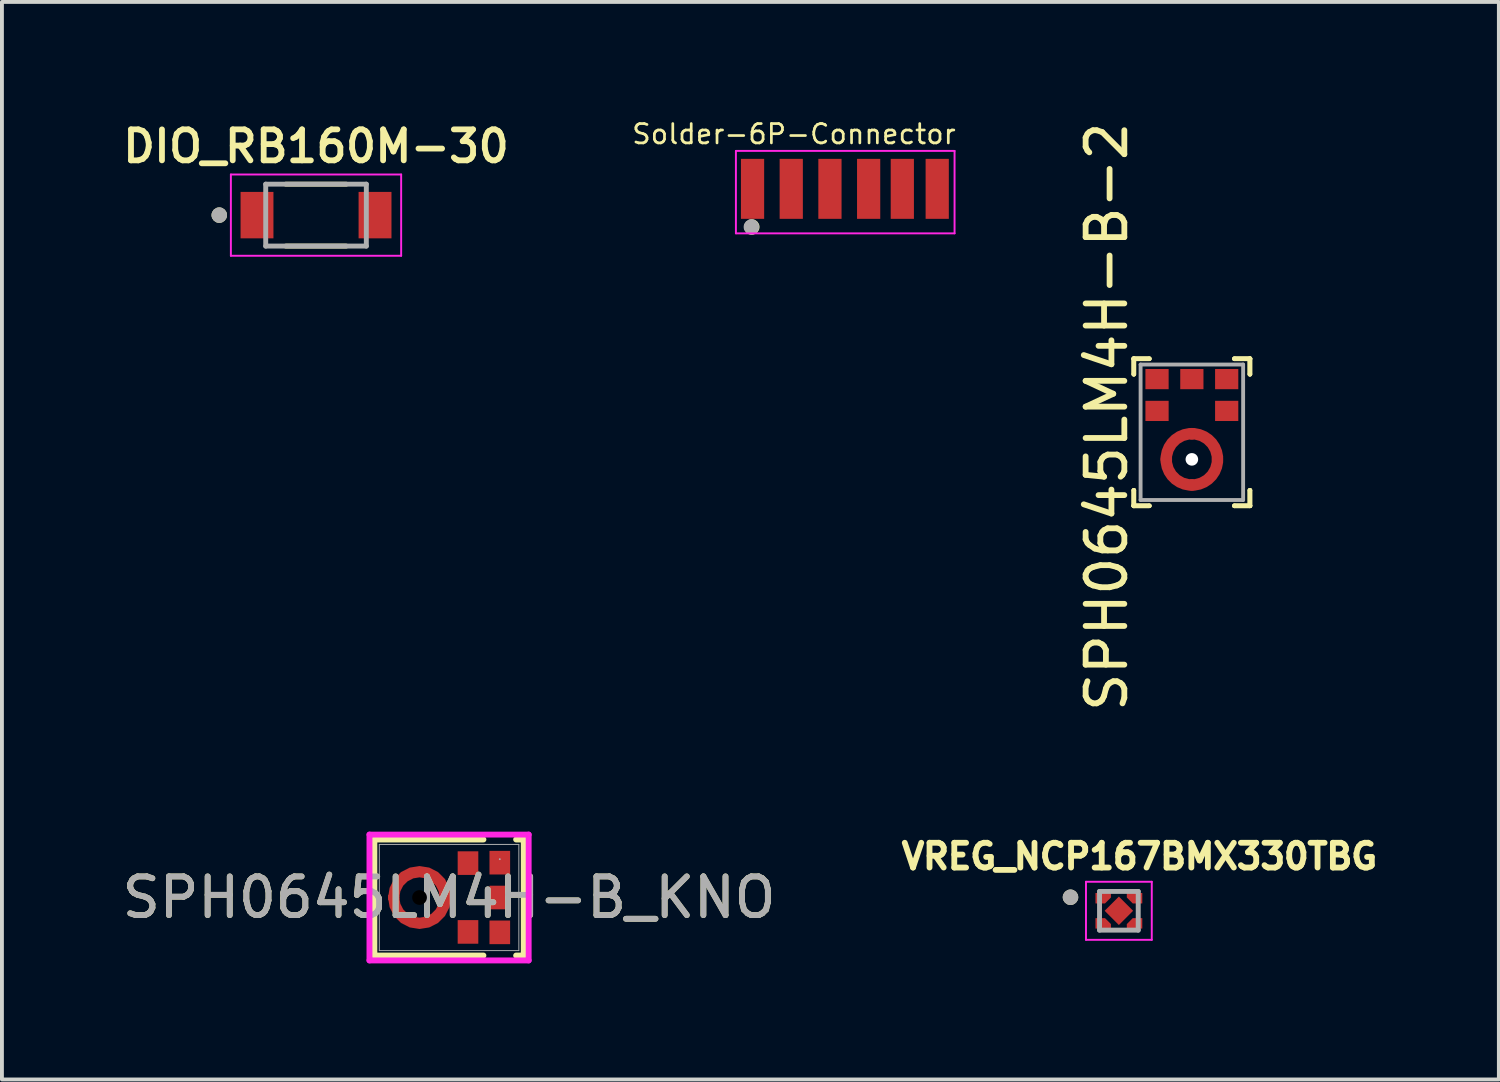
<source format=kicad_pcb>
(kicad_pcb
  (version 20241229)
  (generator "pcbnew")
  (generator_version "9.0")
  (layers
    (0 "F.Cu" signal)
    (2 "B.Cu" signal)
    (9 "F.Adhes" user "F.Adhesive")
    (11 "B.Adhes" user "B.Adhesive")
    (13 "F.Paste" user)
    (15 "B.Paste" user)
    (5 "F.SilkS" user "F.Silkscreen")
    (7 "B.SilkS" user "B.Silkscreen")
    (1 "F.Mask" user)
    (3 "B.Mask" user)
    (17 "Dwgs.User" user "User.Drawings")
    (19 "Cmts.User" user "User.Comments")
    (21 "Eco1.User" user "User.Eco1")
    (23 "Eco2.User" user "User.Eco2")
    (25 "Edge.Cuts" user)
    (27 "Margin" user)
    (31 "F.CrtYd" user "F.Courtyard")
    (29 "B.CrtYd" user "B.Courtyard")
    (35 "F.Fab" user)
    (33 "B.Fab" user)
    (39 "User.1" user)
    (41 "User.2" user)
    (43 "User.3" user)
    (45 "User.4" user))
  (footprint "DIO_RB160M-30"
    (layer "F.Cu")
    (at 5.116 2.509)
    (property "Reference" "DIO_RB160M-30" (at 0 -1.778 0) (layer "F.SilkS") (effects (font (size 0.8 0.8) (thickness 0.15))))
    (attr smd)
    (fp_line (start -0.78 -0.8) (end 0.78 -0.8) (stroke (width 0.127) (type solid)) (layer "F.SilkS"))
    (fp_line (start 0.78 0.8) (end -0.78 0.8) (stroke (width 0.127) (type solid)) (layer "F.SilkS"))
    (fp_circle (center -2.5 0) (end -2.4 0) (stroke (width 0.2) (type solid)) (fill no) (layer "F.SilkS"))
    (fp_line (start -2.2 -1.05) (end 2.2 -1.05) (stroke (width 0.05) (type solid)) (layer "F.CrtYd"))
    (fp_line (start -2.2 1.05) (end -2.2 -1.05) (stroke (width 0.05) (type solid)) (layer "F.CrtYd"))
    (fp_line (start 2.2 -1.05) (end 2.2 1.05) (stroke (width 0.05) (type solid)) (layer "F.CrtYd"))
    (fp_line (start 2.2 1.05) (end -2.2 1.05) (stroke (width 0.05) (type solid)) (layer "F.CrtYd"))
    (fp_line (start -1.3 -0.8) (end 1.3 -0.8) (stroke (width 0.127) (type solid)) (layer "F.Fab"))
    (fp_line (start -1.3 0.8) (end -1.3 -0.8) (stroke (width 0.127) (type solid)) (layer "F.Fab"))
    (fp_line (start 1.3 -0.8) (end 1.3 0.8) (stroke (width 0.127) (type solid)) (layer "F.Fab"))
    (fp_line (start 1.3 0.8) (end -1.3 0.8) (stroke (width 0.127) (type solid)) (layer "F.Fab"))
    (fp_circle (center -2.5 0) (end -2.4 0) (stroke (width 0.2) (type solid)) (fill no) (layer "F.Fab"))
    (pad "A" smd rect (at 1.525 0) (size 0.85 1.2) (layers "F.Cu" "F.Mask" "F.Paste"))
    (pad "C" smd rect (at -1.525 0) (size 0.85 1.2) (layers "F.Cu" "F.Mask" "F.Paste")))
  (footprint "SPH0645LM4H-B-2"
    (layer "F.Cu")
    (at 27.748 8.82)
    (property "Reference" "SPH0645LM4H-B-2" (at -2.2 -1.1 90) (layer "F.SilkS") (effects (font (size 1 1) (thickness 0.15))))
    (attr through_hole)
    (fp_line (start -1.5 -2.6) (end -1.5 -2.6) (stroke (width 0.12) (type solid)) (layer "F.SilkS"))
    (fp_line (start -1.5 -2.6) (end -1.5 -2.6) (stroke (width 0.12) (type solid)) (layer "F.SilkS"))
    (fp_line (start -1.5 -2.6) (end -1.5 -2.2) (stroke (width 0.12) (type solid)) (layer "F.SilkS"))
    (fp_line (start -1.5 -2.6) (end -1.1 -2.6) (stroke (width 0.12) (type solid)) (layer "F.SilkS"))
    (fp_line (start -1.5 -2.2) (end -1.5 -2.6) (stroke (width 0.12) (type solid)) (layer "F.SilkS"))
    (fp_line (start -1.5 -2.2) (end -1.5 -2.2) (stroke (width 0.12) (type solid)) (layer "F.SilkS"))
    (fp_line (start -1.5 0.8) (end -1.5 0.8) (stroke (width 0.12) (type solid)) (layer "F.SilkS"))
    (fp_line (start -1.5 0.8) (end -1.5 1.2) (stroke (width 0.12) (type solid)) (layer "F.SilkS"))
    (fp_line (start -1.5 1.2) (end -1.5 0.8) (stroke (width 0.12) (type solid)) (layer "F.SilkS"))
    (fp_line (start -1.5 1.2) (end -1.5 1.2) (stroke (width 0.12) (type solid)) (layer "F.SilkS"))
    (fp_line (start -1.5 1.2) (end -1.5 1.2) (stroke (width 0.12) (type solid)) (layer "F.SilkS"))
    (fp_line (start -1.5 1.2) (end -1.1 1.2) (stroke (width 0.12) (type solid)) (layer "F.SilkS"))
    (fp_line (start -1.1 -2.6) (end -1.5 -2.6) (stroke (width 0.12) (type solid)) (layer "F.SilkS"))
    (fp_line (start -1.1 -2.6) (end -1.1 -2.6) (stroke (width 0.12) (type solid)) (layer "F.SilkS"))
    (fp_line (start -1.1 1.2) (end -1.5 1.2) (stroke (width 0.12) (type solid)) (layer "F.SilkS"))
    (fp_line (start -1.1 1.2) (end -1.1 1.2) (stroke (width 0.12) (type solid)) (layer "F.SilkS"))
    (fp_line (start 1.1 -2.6) (end 1.1 -2.6) (stroke (width 0.12) (type solid)) (layer "F.SilkS"))
    (fp_line (start 1.1 -2.6) (end 1.5 -2.6) (stroke (width 0.12) (type solid)) (layer "F.SilkS"))
    (fp_line (start 1.1 1.2) (end 1.1 1.2) (stroke (width 0.12) (type solid)) (layer "F.SilkS"))
    (fp_line (start 1.1 1.2) (end 1.5 1.2) (stroke (width 0.12) (type solid)) (layer "F.SilkS"))
    (fp_line (start 1.5 -2.6) (end 1.1 -2.6) (stroke (width 0.12) (type solid)) (layer "F.SilkS"))
    (fp_line (start 1.5 -2.6) (end 1.5 -2.6) (stroke (width 0.12) (type solid)) (layer "F.SilkS"))
    (fp_line (start 1.5 -2.6) (end 1.5 -2.6) (stroke (width 0.12) (type solid)) (layer "F.SilkS"))
    (fp_line (start 1.5 -2.6) (end 1.5 -2.2) (stroke (width 0.12) (type solid)) (layer "F.SilkS"))
    (fp_line (start 1.5 -2.2) (end 1.5 -2.6) (stroke (width 0.12) (type solid)) (layer "F.SilkS"))
    (fp_line (start 1.5 -2.2) (end 1.5 -2.2) (stroke (width 0.12) (type solid)) (layer "F.SilkS"))
    (fp_line (start 1.5 0.8) (end 1.5 0.8) (stroke (width 0.12) (type solid)) (layer "F.SilkS"))
    (fp_line (start 1.5 0.8) (end 1.5 1.2) (stroke (width 0.12) (type solid)) (layer "F.SilkS"))
    (fp_line (start 1.5 1.2) (end 1.1 1.2) (stroke (width 0.12) (type solid)) (layer "F.SilkS"))
    (fp_line (start 1.5 1.2) (end 1.5 0.8) (stroke (width 0.12) (type solid)) (layer "F.SilkS"))
    (fp_line (start 1.5 1.2) (end 1.5 1.2) (stroke (width 0.12) (type solid)) (layer "F.SilkS"))
    (fp_line (start 1.5 1.2) (end 1.5 1.2) (stroke (width 0.12) (type solid)) (layer "F.SilkS"))
    (fp_line (start -1.325 -2.45) (end -1.325 1.05) (stroke (width 0.1) (type solid)) (layer "F.Fab"))
    (fp_line (start -1.325 1.05) (end 1.325 1.05) (stroke (width 0.1) (type solid)) (layer "F.Fab"))
    (fp_line (start 1.325 -2.45) (end -1.325 -2.45) (stroke (width 0.1) (type solid)) (layer "F.Fab"))
    (fp_line (start 1.325 1.05) (end 1.325 -2.45) (stroke (width 0.1) (type solid)) (layer "F.Fab"))
    (pad "" smd custom (at -0.661 0 315) (size 0.15 0.15) (layers "F.Paste") (options (anchor circle)) (primitives (gr_arc (start 0.293156 0.092117) (mid 0.053454 -0.052789) (end -0.091836 -0.292258) (width 0.15025)) (gr_arc (start 0.293156 0.144389) (mid 0.018085 -0.01733) (end -0.144095 -0.29213) (width 0.15025)) (gr_arc (start 0.293156 0.196324) (mid -0.017385 0.018029) (end -0.196091 -0.292275) (width 0.15025)) (gr_arc (start 0.293156 0.247996) (mid -0.053021 0.053223) (end -0.247928 -0.292879) (width 0.15025)) (gr_line (start -0.092 -0.293) (end -0.248 -0.293) (width 0.15)) (gr_line (start 0.293 0.092) (end 0.293 0.248) (width 0.15))))
    (pad "" smd custom (at 0 -0.661 315) (size 0.15 0.15) (layers "F.Paste") (options (anchor circle)) (primitives (gr_arc (start -0.092117 0.293156) (mid 0.052789 0.053454) (end 0.292258 -0.091836) (width 0.15025)) (gr_arc (start -0.144389 0.293156) (mid 0.01733 0.018085) (end 0.29213 -0.144095) (width 0.15025)) (gr_arc (start -0.196324 0.293156) (mid -0.018029 -0.017385) (end 0.292275 -0.196091) (width 0.15025)) (gr_arc (start -0.247996 0.293156) (mid -0.053223 -0.053021) (end 0.292879 -0.247928) (width 0.15025)) (gr_line (start 0.293 -0.092) (end 0.293 -0.248) (width 0.15)) (gr_line (start -0.092 0.293) (end -0.248 0.293) (width 0.15))))
    (pad "" np_thru_hole circle (at 0 0) (size 0.325 0.325) (drill 0.325) (layers "*.Cu" "*.Mask"))
    (pad "" smd custom (at 0 0.661 315) (size 0.15 0.15) (layers "F.Paste") (options (anchor circle)) (primitives (gr_arc (start 0.092117 -0.293156) (mid -0.052789 -0.053454) (end -0.292258 0.091836) (width 0.15025)) (gr_arc (start 0.144389 -0.293156) (mid -0.01733 -0.018085) (end -0.29213 0.144095) (width 0.15025)) (gr_arc (start 0.196324 -0.293156) (mid 0.018029 0.017385) (end -0.292275 0.196091) (width 0.15025)) (gr_arc (start 0.247996 -0.293156) (mid 0.053223 0.053021) (end -0.292879 0.247928) (width 0.15025)) (gr_line (start -0.293 0.092) (end -0.293 0.248) (width 0.15)) (gr_line (start 0.092 -0.293) (end 0.248 -0.293) (width 0.15))))
    (pad "" smd custom (at 0.661 0 315) (size 0.15 0.15) (layers "F.Paste") (options (anchor circle)) (primitives (gr_arc (start -0.293156 -0.092117) (mid -0.053454 0.052789) (end 0.091836 0.292258) (width 0.15025)) (gr_arc (start -0.293156 -0.144389) (mid -0.018085 0.01733) (end 0.144095 0.29213) (width 0.15025)) (gr_arc (start -0.293156 -0.196324) (mid 0.017385 -0.018029) (end 0.196091 0.292275) (width 0.15025)) (gr_arc (start -0.293156 -0.247996) (mid 0.053021 -0.053223) (end 0.247928 0.292879) (width 0.15025)) (gr_line (start 0.092 0.293) (end 0.248 0.293) (width 0.15)) (gr_line (start -0.293 -0.092) (end -0.293 -0.248) (width 0.15))))
    (pad "1" smd rect (at -0.9 -2.074) (size 0.6 0.522) (layers "F.Cu" "F.Mask" "F.Paste"))
    (pad "2" smd rect (at -0.9 -1.252) (size 0.6 0.522) (layers "F.Cu" "F.Mask" "F.Paste"))
    (pad "3" smd circle (at -0.662 0) (size 0.3 0.3) (layers "F.Cu"))
    (pad "3" smd circle (at 0 -0.662) (size 0.3 0.3) (layers "F.Cu"))
    (pad "3" smd circle (at 0 0.662) (size 0.3 0.3) (layers "F.Cu"))
    (pad "3" smd custom (at 0.662 0) (size 0.3 0.3) (layers "F.Cu" "F.Mask") (options (anchor circle)) (primitives (gr_circle (center -0.662 0) (end 0 0) (width 0.3) (fill no))))
    (pad "4" smd rect (at 0.9 -1.252) (size 0.6 0.522) (layers "F.Cu" "F.Mask" "F.Paste"))
    (pad "5" smd rect (at 0.9 -2.074) (size 0.6 0.522) (layers "F.Cu" "F.Mask" "F.Paste"))
    (pad "6" smd rect (at 0 -2.074) (size 0.6 0.522) (layers "F.Cu" "F.Mask" "F.Paste")))
  (footprint "SPH0645LM4H-B_KNO"
    (layer "F.Cu")
    (at 8.554 20.142)
    (property "Reference" "SPH0645LM4H-B_KNO" (at 0 0 0) (unlocked yes) (layer "F.SilkS") (effects (font (size 1 1) (thickness 0.15))))
    (attr smd)
    (fp_poly (pts (xy -0.245 -0.045) (xy -0.243 0) (xy -0.268 0.161) (xy -0.342 0.306) (xy -0.457 0.421) (xy -0.602 0.495) (xy -0.763 0.521) (xy -0.924 0.495) (xy -1.069 0.421) (xy -1.185 0.306) (xy -1.259 0.161) (xy -1.284 0) (xy -1.282 -0.045) (xy -1.573 -0.071) (xy -1.576 0) (xy -1.536 0.251) (xy -1.421 0.478) (xy -1.241 0.658) (xy -1.015 0.773) (xy -0.763 0.813) (xy -0.512 0.773) (xy -0.286 0.658) (xy -0.106 0.478) (xy 0.01 0.251) (xy 0.049 0) (xy 0.046 -0.071)) (stroke (width 0) (type solid)) (fill yes) (layer "F.Cu"))
    (fp_poly (pts (xy -0.245 0.045) (xy -0.243 0) (xy -0.268 -0.161) (xy -0.342 -0.306) (xy -0.457 -0.421) (xy -0.602 -0.495) (xy -0.763 -0.521) (xy -0.924 -0.495) (xy -1.069 -0.421) (xy -1.185 -0.306) (xy -1.259 -0.161) (xy -1.284 0) (xy -1.282 0.045) (xy -1.573 0.071) (xy -1.576 0) (xy -1.536 -0.251) (xy -1.421 -0.478) (xy -1.241 -0.658) (xy -1.015 -0.773) (xy -0.763 -0.813) (xy -0.512 -0.773) (xy -0.286 -0.658) (xy -0.106 -0.478) (xy 0.01 -0.251) (xy 0.049 0) (xy 0.046 0.071)) (stroke (width 0) (type solid)) (fill yes) (layer "F.Cu"))
    (fp_poly (pts (xy -0.245 -0.045) (xy -0.243 0) (xy -0.268 0.161) (xy -0.342 0.306) (xy -0.457 0.421) (xy -0.602 0.495) (xy -0.763 0.521) (xy -0.924 0.495) (xy -1.069 0.421) (xy -1.185 0.306) (xy -1.259 0.161) (xy -1.284 0) (xy -1.282 -0.045) (xy -1.573 -0.071) (xy -1.576 0) (xy -1.536 0.251) (xy -1.421 0.478) (xy -1.241 0.658) (xy -1.015 0.773) (xy -0.763 0.813) (xy -0.512 0.773) (xy -0.286 0.658) (xy -0.106 0.478) (xy 0.01 0.251) (xy 0.049 0) (xy 0.046 -0.071)) (stroke (width 0) (type solid)) (fill yes) (layer "F.Mask"))
    (fp_poly (pts (xy -0.245 0.045) (xy -0.243 0) (xy -0.268 -0.161) (xy -0.342 -0.306) (xy -0.457 -0.421) (xy -0.602 -0.495) (xy -0.763 -0.521) (xy -0.924 -0.495) (xy -1.069 -0.421) (xy -1.185 -0.306) (xy -1.259 -0.161) (xy -1.284 0) (xy -1.282 0.045) (xy -1.573 0.071) (xy -1.576 0) (xy -1.536 -0.251) (xy -1.421 -0.478) (xy -1.241 -0.658) (xy -1.015 -0.773) (xy -0.763 -0.813) (xy -0.512 -0.773) (xy -0.286 -0.658) (xy -0.106 -0.478) (xy 0.01 -0.251) (xy 0.049 0) (xy 0.046 0.071)) (stroke (width 0) (type solid)) (fill yes) (layer "F.Mask"))
    (fp_line (start -1.93 -1.499) (end -1.93 1.499) (stroke (width 0.152) (type solid)) (layer "F.SilkS"))
    (fp_line (start -1.93 1.499) (end 0.888 1.499) (stroke (width 0.152) (type solid)) (layer "F.SilkS"))
    (fp_line (start 0.888 -1.499) (end -1.93 -1.499) (stroke (width 0.152) (type solid)) (layer "F.SilkS"))
    (fp_line (start 1.733 1.499) (end 1.93 1.499) (stroke (width 0.152) (type solid)) (layer "F.SilkS"))
    (fp_line (start 1.93 -1.499) (end 1.733 -1.499) (stroke (width 0.152) (type solid)) (layer "F.SilkS"))
    (fp_line (start 1.93 1.499) (end 1.93 -1.499) (stroke (width 0.152) (type solid)) (layer "F.SilkS"))
    (fp_poly (pts (xy -0.245 -0.045) (xy -0.243 0) (xy -0.268 0.161) (xy -0.342 0.306) (xy -0.457 0.421) (xy -0.602 0.495) (xy -0.763 0.521) (xy -0.924 0.495) (xy -1.069 0.421) (xy -1.185 0.306) (xy -1.259 0.161) (xy -1.284 0) (xy -1.282 -0.045) (xy -1.573 -0.071) (xy -1.576 0) (xy -1.536 0.251) (xy -1.421 0.478) (xy -1.241 0.658) (xy -1.015 0.773) (xy -0.763 0.813) (xy -0.512 0.773) (xy -0.286 0.658) (xy -0.106 0.478) (xy 0.01 0.251) (xy 0.049 0) (xy 0.046 -0.071)) (stroke (width 0) (type solid)) (fill yes) (layer "F.Paste"))
    (fp_poly (pts (xy -0.245 0.045) (xy -0.243 0) (xy -0.268 -0.161) (xy -0.342 -0.306) (xy -0.457 -0.421) (xy -0.602 -0.495) (xy -0.763 -0.521) (xy -0.924 -0.495) (xy -1.069 -0.421) (xy -1.185 -0.306) (xy -1.259 -0.161) (xy -1.284 0) (xy -1.282 0.045) (xy -1.573 0.071) (xy -1.576 0) (xy -1.536 -0.251) (xy -1.421 -0.478) (xy -1.241 -0.658) (xy -1.015 -0.773) (xy -0.763 -0.813) (xy -0.512 -0.773) (xy -0.286 -0.658) (xy -0.106 -0.478) (xy 0.01 -0.251) (xy 0.049 0) (xy 0.046 0.071)) (stroke (width 0) (type solid)) (fill yes) (layer "F.Paste"))
    (fp_line (start -2.057 -1.626) (end 2.057 -1.626) (stroke (width 0.152) (type solid)) (layer "F.CrtYd"))
    (fp_line (start -2.057 1.626) (end -2.057 -1.626) (stroke (width 0.152) (type solid)) (layer "F.CrtYd"))
    (fp_line (start 2.057 -1.626) (end 2.057 1.626) (stroke (width 0.152) (type solid)) (layer "F.CrtYd"))
    (fp_line (start 2.057 1.626) (end -2.057 1.626) (stroke (width 0.152) (type solid)) (layer "F.CrtYd"))
    (fp_line (start -1.803 -1.372) (end -1.803 1.372) (stroke (width 0.025) (type solid)) (layer "F.Fab"))
    (fp_line (start -1.803 1.372) (end 1.803 1.372) (stroke (width 0.025) (type solid)) (layer "F.Fab"))
    (fp_line (start 1.803 -1.372) (end -1.803 -1.372) (stroke (width 0.025) (type solid)) (layer "F.Fab"))
    (fp_line (start 1.803 1.372) (end 1.803 -1.372) (stroke (width 0.025) (type solid)) (layer "F.Fab"))
    (fp_circle (center 1.311 -0.991) (end 1.311 -0.991) (stroke (width 0.025) (type solid)) (fill no) (layer "F.Fab"))
    (fp_text user "${REFERENCE}" (at 0 0 0) (unlocked yes) (layer "F.Fab") (effects (font (size 1 1) (thickness 0.15))))
    (pad "" np_thru_hole circle (at -0.763 0) (size 0.381 0.381) (drill 0.381) (layers))
    (pad "1" smd rect (at 1.311 -0.9) (size 0.533 0.61) (layers "F.Cu" "F.Mask" "F.Paste"))
    (pad "2" smd rect (at 0.489 -0.889) (size 0.533 0.61) (layers "F.Cu" "F.Mask" "F.Paste"))
    (pad "3" smd rect (at -1.397 0) (size 0.127 0.127) (layers "F.Cu" "F.Mask" "F.Paste"))
    (pad "4" smd rect (at 0.489 0.889) (size 0.533 0.61) (layers "F.Cu" "F.Mask" "F.Paste"))
    (pad "5" smd rect (at 1.311 0.9) (size 0.533 0.61) (layers "F.Cu" "F.Mask" "F.Paste"))
    (pad "6" smd rect (at 1.311 0) (size 0.533 0.61) (layers "F.Cu" "F.Mask" "F.Paste")))
  (footprint "VREG_NCP167BMX330TBG"
    (layer "F.Cu")
    (at 25.862 20.485)
    (property "Reference" "VREG_NCP167BMX330TBG" (at 0.532 -1.406 0) (layer "F.SilkS") (effects (font (size 0.64 0.64) (thickness 0.15))))
    (attr smd)
    (fp_poly (pts (xy -0.438 0) (xy 0 -0.438) (xy 0.438 0) (xy 0 0.438)) (stroke (width 0.01) (type solid)) (fill yes) (layer "F.Mask"))
    (fp_poly (pts (xy -0.65 -0.505) (xy -0.16 -0.505) (xy -0.16 -0.32) (xy -0.335 -0.145) (xy -0.65 -0.145)) (stroke (width 0.01) (type solid)) (fill yes) (layer "F.Mask"))
    (fp_poly (pts (xy -0.65 0.505) (xy -0.16 0.505) (xy -0.16 0.32) (xy -0.335 0.145) (xy -0.65 0.145)) (stroke (width 0.01) (type solid)) (fill yes) (layer "F.Mask"))
    (fp_poly (pts (xy 0.65 -0.505) (xy 0.16 -0.505) (xy 0.16 -0.32) (xy 0.335 -0.145) (xy 0.65 -0.145)) (stroke (width 0.01) (type solid)) (fill yes) (layer "F.Mask"))
    (fp_poly (pts (xy 0.65 0.505) (xy 0.16 0.505) (xy 0.16 0.32) (xy 0.335 0.145) (xy 0.65 0.145)) (stroke (width 0.01) (type solid)) (fill yes) (layer "F.Mask"))
    (fp_circle (center -1.25 -0.35) (end -1.15 -0.35) (stroke (width 0.2) (type solid)) (fill no) (layer "F.SilkS"))
    (fp_poly (pts (xy -0.6 -0.455) (xy -0.21 -0.455) (xy -0.21 -0.345) (xy -0.36 -0.195) (xy -0.6 -0.195)) (stroke (width 0.01) (type solid)) (fill yes) (layer "F.Paste"))
    (fp_poly (pts (xy -0.6 0.455) (xy -0.21 0.455) (xy -0.21 0.345) (xy -0.36 0.195) (xy -0.6 0.195)) (stroke (width 0.01) (type solid)) (fill yes) (layer "F.Paste"))
    (fp_poly (pts (xy 0.6 -0.455) (xy 0.21 -0.455) (xy 0.21 -0.345) (xy 0.36 -0.195) (xy 0.6 -0.195)) (stroke (width 0.01) (type solid)) (fill yes) (layer "F.Paste"))
    (fp_poly (pts (xy 0.6 0.455) (xy 0.21 0.455) (xy 0.21 0.345) (xy 0.36 0.195) (xy 0.6 0.195)) (stroke (width 0.01) (type solid)) (fill yes) (layer "F.Paste"))
    (fp_line (start -0.85 -0.75) (end 0.85 -0.75) (stroke (width 0.05) (type solid)) (layer "F.CrtYd"))
    (fp_line (start -0.85 0.75) (end -0.85 -0.75) (stroke (width 0.05) (type solid)) (layer "F.CrtYd"))
    (fp_line (start 0.85 -0.75) (end 0.85 0.75) (stroke (width 0.05) (type solid)) (layer "F.CrtYd"))
    (fp_line (start 0.85 0.75) (end -0.85 0.75) (stroke (width 0.05) (type solid)) (layer "F.CrtYd"))
    (fp_line (start -0.5 -0.5) (end -0.5 0.5) (stroke (width 0.127) (type solid)) (layer "F.Fab"))
    (fp_line (start -0.5 0.5) (end 0.5 0.5) (stroke (width 0.127) (type solid)) (layer "F.Fab"))
    (fp_line (start 0.5 -0.5) (end -0.5 -0.5) (stroke (width 0.127) (type solid)) (layer "F.Fab"))
    (fp_line (start 0.5 0.5) (end 0.5 -0.5) (stroke (width 0.127) (type solid)) (layer "F.Fab"))
    (fp_circle (center -1.25 -0.35) (end -1.15 -0.35) (stroke (width 0.2) (type solid)) (fill no) (layer "F.Fab"))
    (pad "1" smd custom (at -0.405 -0.325) (size 0.1 0.1) (layers "F.Cu") (options (anchor rect)) (primitives (gr_poly (pts (xy -0.195 -0.13) (xy 0.195 -0.13) (xy 0.195 -0.02) (xy 0.045 0.13) (xy -0.195 0.13)) (width 0.01) (fill yes))))
    (pad "2" smd custom (at -0.405 0.325) (size 0.1 0.1) (layers "F.Cu") (options (anchor rect)) (primitives (gr_poly (pts (xy -0.195 0.13) (xy 0.195 0.13) (xy 0.195 0.02) (xy 0.045 -0.13) (xy -0.195 -0.13)) (width 0.01) (fill yes))))
    (pad "3" smd custom (at 0.405 0.325) (size 0.1 0.1) (layers "F.Cu") (options (anchor rect)) (primitives (gr_poly (pts (xy 0.195 0.13) (xy -0.195 0.13) (xy -0.195 0.02) (xy -0.045 -0.13) (xy 0.195 -0.13)) (width 0.01) (fill yes))))
    (pad "4" smd custom (at 0.405 -0.325) (size 0.1 0.1) (layers "F.Cu") (options (anchor rect)) (primitives (gr_poly (pts (xy 0.195 -0.13) (xy -0.195 -0.13) (xy -0.195 -0.02) (xy -0.045 0.13) (xy 0.195 0.13)) (width 0.01) (fill yes))))
    (pad "5" smd rect (at 0 0 45) (size 0.52 0.52) (layers "F.Cu" "F.Paste")))
  (footprint "Solder-6P-Connector"
    (layer "F.Cu")
    (at 17.866 1.815)
    (property "Reference" "Solder-6P-Connector" (at -0.4 -1.4 0) (layer "F.SilkS") (effects (font (size 0.5 0.5) (thickness 0.07))))
    (attr through_hole)
    (fp_circle (center -1.49 1) (end -1.39 1) (stroke (width 0.2) (type solid)) (fill no) (layer "F.SilkS"))
    (fp_line (start -1.9 -0.965) (end 3.75 -0.965) (stroke (width 0.05) (type solid)) (layer "F.CrtYd"))
    (fp_line (start -1.9 1.165) (end -1.9 -0.965) (stroke (width 0.05) (type solid)) (layer "F.CrtYd"))
    (fp_line (start 3.75 -0.965) (end 3.75 1.165) (stroke (width 0.05) (type solid)) (layer "F.CrtYd"))
    (fp_line (start 3.75 1.165) (end -1.9 1.165) (stroke (width 0.05) (type solid)) (layer "F.CrtYd"))
    (fp_circle (center -1.5 1) (end -1.4 1) (stroke (width 0.2) (type solid)) (fill no) (layer "F.Fab"))
    (pad "1" smd rect (at -1.47 0.015) (size 0.6 1.55) (layers "F.Cu" "F.Mask" "F.Paste"))
    (pad "2" smd rect (at -0.47 0.015) (size 0.6 1.55) (layers "F.Cu" "F.Mask" "F.Paste"))
    (pad "3" smd rect (at 0.53 0.015) (size 0.6 1.55) (layers "F.Cu" "F.Mask" "F.Paste"))
    (pad "4" smd rect (at 1.53 0.015) (size 0.6 1.55) (layers "F.Cu" "F.Mask" "F.Paste"))
    (pad "5" smd rect (at 2.4 0.015) (size 0.6 1.55) (layers "F.Cu" "F.Mask" "F.Paste"))
    (pad "6" smd rect (at 3.302 0.015) (size 0.6 1.55) (layers "F.Cu" "F.Mask" "F.Paste")))
  (gr_rect
    (start -3 -3)
    (end 35.681 24.844)
    (stroke (width 0.1) (type default))
    (fill no)
    (layer "Edge.Cuts")))
</source>
